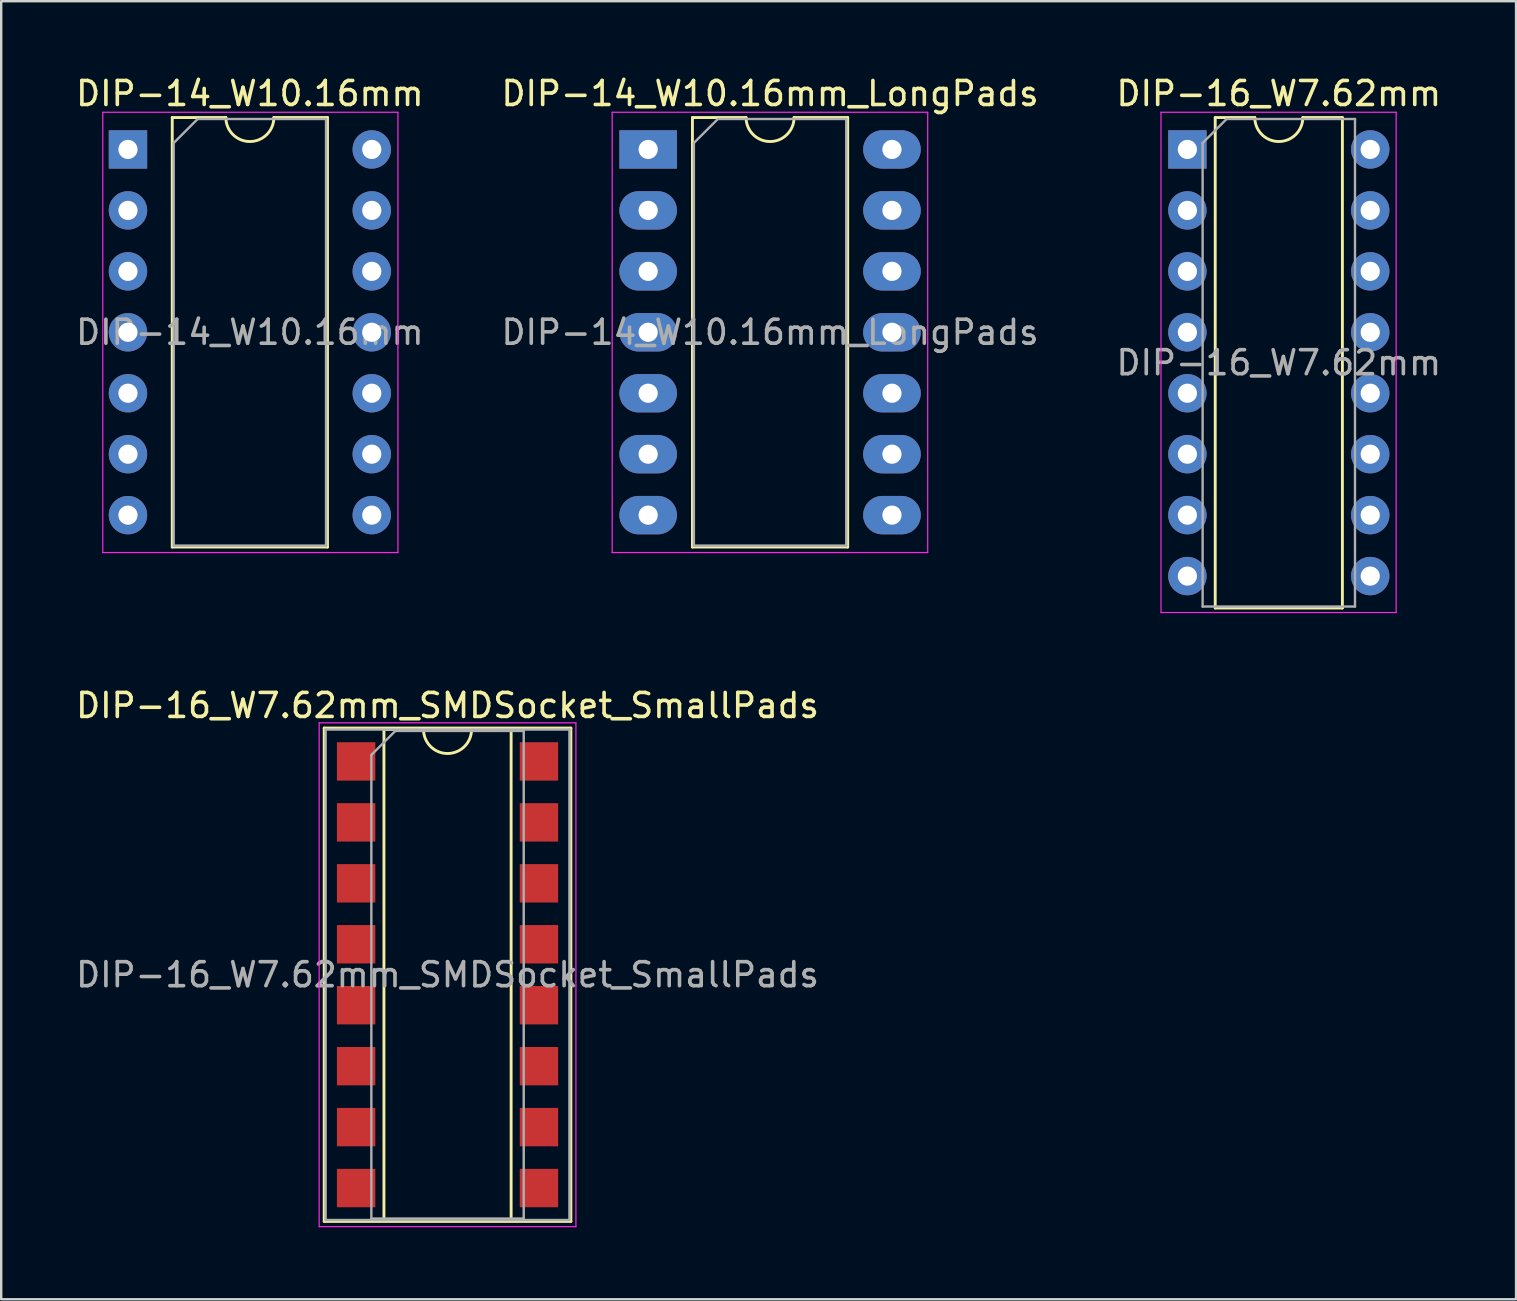
<source format=kicad_pcb>
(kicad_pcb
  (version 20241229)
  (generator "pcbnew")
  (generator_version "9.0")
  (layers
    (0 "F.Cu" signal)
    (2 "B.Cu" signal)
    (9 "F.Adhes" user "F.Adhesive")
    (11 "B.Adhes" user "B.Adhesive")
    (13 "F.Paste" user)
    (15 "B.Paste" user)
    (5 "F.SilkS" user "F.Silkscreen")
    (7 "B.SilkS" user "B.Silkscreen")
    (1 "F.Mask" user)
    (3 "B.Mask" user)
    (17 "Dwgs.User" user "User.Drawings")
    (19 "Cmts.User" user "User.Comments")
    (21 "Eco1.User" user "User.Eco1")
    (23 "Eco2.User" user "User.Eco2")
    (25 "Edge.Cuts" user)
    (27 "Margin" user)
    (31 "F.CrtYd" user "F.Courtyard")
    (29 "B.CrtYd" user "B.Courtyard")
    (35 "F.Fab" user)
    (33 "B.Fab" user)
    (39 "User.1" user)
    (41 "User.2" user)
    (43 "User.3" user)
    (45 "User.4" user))
  (footprint "DIP-16_W7.62mm"
    (layer "F.Cu")
    (at 46.434 3.178)
    (property "Reference" "DIP-16_W7.62mm" (at 3.81 -2.33 0) (layer "F.SilkS") (effects (font (size 1 1) (thickness 0.15))))
    (attr through_hole)
    (fp_line (start 1.16 -1.33) (end 1.16 19.11) (stroke (width 0.12) (type solid)) (layer "F.SilkS"))
    (fp_line (start 1.16 19.11) (end 6.46 19.11) (stroke (width 0.12) (type solid)) (layer "F.SilkS"))
    (fp_line (start 2.81 -1.33) (end 1.16 -1.33) (stroke (width 0.12) (type solid)) (layer "F.SilkS"))
    (fp_line (start 6.46 -1.33) (end 4.81 -1.33) (stroke (width 0.12) (type solid)) (layer "F.SilkS"))
    (fp_line (start 6.46 19.11) (end 6.46 -1.33) (stroke (width 0.12) (type solid)) (layer "F.SilkS"))
    (fp_arc (start 4.81 -1.33) (mid 3.81 -0.33) (end 2.81 -1.33) (stroke (width 0.12) (type solid)) (layer "F.SilkS"))
    (fp_line (start -1.1 -1.55) (end -1.1 19.3) (stroke (width 0.05) (type solid)) (layer "F.CrtYd"))
    (fp_line (start -1.1 19.3) (end 8.7 19.3) (stroke (width 0.05) (type solid)) (layer "F.CrtYd"))
    (fp_line (start 8.7 -1.55) (end -1.1 -1.55) (stroke (width 0.05) (type solid)) (layer "F.CrtYd"))
    (fp_line (start 8.7 19.3) (end 8.7 -1.55) (stroke (width 0.05) (type solid)) (layer "F.CrtYd"))
    (fp_line (start 0.635 -0.27) (end 1.635 -1.27) (stroke (width 0.1) (type solid)) (layer "F.Fab"))
    (fp_line (start 0.635 19.05) (end 0.635 -0.27) (stroke (width 0.1) (type solid)) (layer "F.Fab"))
    (fp_line (start 1.635 -1.27) (end 6.985 -1.27) (stroke (width 0.1) (type solid)) (layer "F.Fab"))
    (fp_line (start 6.985 -1.27) (end 6.985 19.05) (stroke (width 0.1) (type solid)) (layer "F.Fab"))
    (fp_line (start 6.985 19.05) (end 0.635 19.05) (stroke (width 0.1) (type solid)) (layer "F.Fab"))
    (fp_text user "${REFERENCE}" (at 3.81 8.89 0) (layer "F.Fab") (effects (font (size 1 1) (thickness 0.15))))
    (pad "1" thru_hole rect (at 0 0) (size 1.6 1.6) (drill 0.8) (layers "*.Cu" "*.Mask"))
    (pad "2" thru_hole oval (at 0 2.54) (size 1.6 1.6) (drill 0.8) (layers "*.Cu" "*.Mask"))
    (pad "3" thru_hole oval (at 0 5.08) (size 1.6 1.6) (drill 0.8) (layers "*.Cu" "*.Mask"))
    (pad "4" thru_hole oval (at 0 7.62) (size 1.6 1.6) (drill 0.8) (layers "*.Cu" "*.Mask"))
    (pad "5" thru_hole oval (at 0 10.16) (size 1.6 1.6) (drill 0.8) (layers "*.Cu" "*.Mask"))
    (pad "6" thru_hole oval (at 0 12.7) (size 1.6 1.6) (drill 0.8) (layers "*.Cu" "*.Mask"))
    (pad "7" thru_hole oval (at 0 15.24) (size 1.6 1.6) (drill 0.8) (layers "*.Cu" "*.Mask"))
    (pad "8" thru_hole oval (at 0 17.78) (size 1.6 1.6) (drill 0.8) (layers "*.Cu" "*.Mask"))
    (pad "9" thru_hole oval (at 7.62 17.78) (size 1.6 1.6) (drill 0.8) (layers "*.Cu" "*.Mask"))
    (pad "10" thru_hole oval (at 7.62 15.24) (size 1.6 1.6) (drill 0.8) (layers "*.Cu" "*.Mask"))
    (pad "11" thru_hole oval (at 7.62 12.7) (size 1.6 1.6) (drill 0.8) (layers "*.Cu" "*.Mask"))
    (pad "12" thru_hole oval (at 7.62 10.16) (size 1.6 1.6) (drill 0.8) (layers "*.Cu" "*.Mask"))
    (pad "13" thru_hole oval (at 7.62 7.62) (size 1.6 1.6) (drill 0.8) (layers "*.Cu" "*.Mask"))
    (pad "14" thru_hole oval (at 7.62 5.08) (size 1.6 1.6) (drill 0.8) (layers "*.Cu" "*.Mask"))
    (pad "15" thru_hole oval (at 7.62 2.54) (size 1.6 1.6) (drill 0.8) (layers "*.Cu" "*.Mask"))
    (pad "16" thru_hole oval (at 7.62 0) (size 1.6 1.6) (drill 0.8) (layers "*.Cu" "*.Mask")))
  (footprint "DIP-14_W10.16mm"
    (layer "F.Cu")
    (at 2.283 3.178)
    (property "Reference" "DIP-14_W10.16mm" (at 5.08 -2.33 0) (layer "F.SilkS") (effects (font (size 1 1) (thickness 0.15))))
    (attr through_hole)
    (fp_line (start 1.845 -1.33) (end 1.845 16.57) (stroke (width 0.12) (type solid)) (layer "F.SilkS"))
    (fp_line (start 1.845 16.57) (end 8.315 16.57) (stroke (width 0.12) (type solid)) (layer "F.SilkS"))
    (fp_line (start 4.08 -1.33) (end 1.845 -1.33) (stroke (width 0.12) (type solid)) (layer "F.SilkS"))
    (fp_line (start 8.315 -1.33) (end 6.08 -1.33) (stroke (width 0.12) (type solid)) (layer "F.SilkS"))
    (fp_line (start 8.315 16.57) (end 8.315 -1.33) (stroke (width 0.12) (type solid)) (layer "F.SilkS"))
    (fp_arc (start 6.08 -1.33) (mid 5.08 -0.33) (end 4.08 -1.33) (stroke (width 0.12) (type solid)) (layer "F.SilkS"))
    (fp_line (start -1.05 -1.55) (end -1.05 16.8) (stroke (width 0.05) (type solid)) (layer "F.CrtYd"))
    (fp_line (start -1.05 16.8) (end 11.25 16.8) (stroke (width 0.05) (type solid)) (layer "F.CrtYd"))
    (fp_line (start 11.25 -1.55) (end -1.05 -1.55) (stroke (width 0.05) (type solid)) (layer "F.CrtYd"))
    (fp_line (start 11.25 16.8) (end 11.25 -1.55) (stroke (width 0.05) (type solid)) (layer "F.CrtYd"))
    (fp_line (start 1.905 -0.27) (end 2.905 -1.27) (stroke (width 0.1) (type solid)) (layer "F.Fab"))
    (fp_line (start 1.905 16.51) (end 1.905 -0.27) (stroke (width 0.1) (type solid)) (layer "F.Fab"))
    (fp_line (start 2.905 -1.27) (end 8.255 -1.27) (stroke (width 0.1) (type solid)) (layer "F.Fab"))
    (fp_line (start 8.255 -1.27) (end 8.255 16.51) (stroke (width 0.1) (type solid)) (layer "F.Fab"))
    (fp_line (start 8.255 16.51) (end 1.905 16.51) (stroke (width 0.1) (type solid)) (layer "F.Fab"))
    (fp_text user "${REFERENCE}" (at 5.08 7.62 0) (layer "F.Fab") (effects (font (size 1 1) (thickness 0.15))))
    (pad "1" thru_hole rect (at 0 0) (size 1.6 1.6) (drill 0.8) (layers "*.Cu" "*.Mask"))
    (pad "2" thru_hole oval (at 0 2.54) (size 1.6 1.6) (drill 0.8) (layers "*.Cu" "*.Mask"))
    (pad "3" thru_hole oval (at 0 5.08) (size 1.6 1.6) (drill 0.8) (layers "*.Cu" "*.Mask"))
    (pad "4" thru_hole oval (at 0 7.62) (size 1.6 1.6) (drill 0.8) (layers "*.Cu" "*.Mask"))
    (pad "5" thru_hole oval (at 0 10.16) (size 1.6 1.6) (drill 0.8) (layers "*.Cu" "*.Mask"))
    (pad "6" thru_hole oval (at 0 12.7) (size 1.6 1.6) (drill 0.8) (layers "*.Cu" "*.Mask"))
    (pad "7" thru_hole oval (at 0 15.24) (size 1.6 1.6) (drill 0.8) (layers "*.Cu" "*.Mask"))
    (pad "8" thru_hole oval (at 10.16 15.24) (size 1.6 1.6) (drill 0.8) (layers "*.Cu" "*.Mask"))
    (pad "9" thru_hole oval (at 10.16 12.7) (size 1.6 1.6) (drill 0.8) (layers "*.Cu" "*.Mask"))
    (pad "10" thru_hole oval (at 10.16 10.16) (size 1.6 1.6) (drill 0.8) (layers "*.Cu" "*.Mask"))
    (pad "11" thru_hole oval (at 10.16 7.62) (size 1.6 1.6) (drill 0.8) (layers "*.Cu" "*.Mask"))
    (pad "12" thru_hole oval (at 10.16 5.08) (size 1.6 1.6) (drill 0.8) (layers "*.Cu" "*.Mask"))
    (pad "13" thru_hole oval (at 10.16 2.54) (size 1.6 1.6) (drill 0.8) (layers "*.Cu" "*.Mask"))
    (pad "14" thru_hole oval (at 10.16 0) (size 1.6 1.6) (drill 0.8) (layers "*.Cu" "*.Mask")))
  (footprint "DIP-14_W10.16mm_LongPads"
    (layer "F.Cu")
    (at 23.962 3.178)
    (property "Reference" "DIP-14_W10.16mm_LongPads" (at 5.08 -2.33 0) (layer "F.SilkS") (effects (font (size 1 1) (thickness 0.15))))
    (attr through_hole)
    (fp_line (start 1.845 -1.33) (end 1.845 16.57) (stroke (width 0.12) (type solid)) (layer "F.SilkS"))
    (fp_line (start 1.845 16.57) (end 8.315 16.57) (stroke (width 0.12) (type solid)) (layer "F.SilkS"))
    (fp_line (start 4.08 -1.33) (end 1.845 -1.33) (stroke (width 0.12) (type solid)) (layer "F.SilkS"))
    (fp_line (start 8.315 -1.33) (end 6.08 -1.33) (stroke (width 0.12) (type solid)) (layer "F.SilkS"))
    (fp_line (start 8.315 16.57) (end 8.315 -1.33) (stroke (width 0.12) (type solid)) (layer "F.SilkS"))
    (fp_arc (start 6.08 -1.33) (mid 5.08 -0.33) (end 4.08 -1.33) (stroke (width 0.12) (type solid)) (layer "F.SilkS"))
    (fp_line (start -1.5 -1.55) (end -1.5 16.8) (stroke (width 0.05) (type solid)) (layer "F.CrtYd"))
    (fp_line (start -1.5 16.8) (end 11.65 16.8) (stroke (width 0.05) (type solid)) (layer "F.CrtYd"))
    (fp_line (start 11.65 -1.55) (end -1.5 -1.55) (stroke (width 0.05) (type solid)) (layer "F.CrtYd"))
    (fp_line (start 11.65 16.8) (end 11.65 -1.55) (stroke (width 0.05) (type solid)) (layer "F.CrtYd"))
    (fp_line (start 1.905 -0.27) (end 2.905 -1.27) (stroke (width 0.1) (type solid)) (layer "F.Fab"))
    (fp_line (start 1.905 16.51) (end 1.905 -0.27) (stroke (width 0.1) (type solid)) (layer "F.Fab"))
    (fp_line (start 2.905 -1.27) (end 8.255 -1.27) (stroke (width 0.1) (type solid)) (layer "F.Fab"))
    (fp_line (start 8.255 -1.27) (end 8.255 16.51) (stroke (width 0.1) (type solid)) (layer "F.Fab"))
    (fp_line (start 8.255 16.51) (end 1.905 16.51) (stroke (width 0.1) (type solid)) (layer "F.Fab"))
    (fp_text user "${REFERENCE}" (at 5.08 7.62 0) (layer "F.Fab") (effects (font (size 1 1) (thickness 0.15))))
    (pad "1" thru_hole rect (at 0 0) (size 2.4 1.6) (drill 0.8) (layers "*.Cu" "*.Mask"))
    (pad "2" thru_hole oval (at 0 2.54) (size 2.4 1.6) (drill 0.8) (layers "*.Cu" "*.Mask"))
    (pad "3" thru_hole oval (at 0 5.08) (size 2.4 1.6) (drill 0.8) (layers "*.Cu" "*.Mask"))
    (pad "4" thru_hole oval (at 0 7.62) (size 2.4 1.6) (drill 0.8) (layers "*.Cu" "*.Mask"))
    (pad "5" thru_hole oval (at 0 10.16) (size 2.4 1.6) (drill 0.8) (layers "*.Cu" "*.Mask"))
    (pad "6" thru_hole oval (at 0 12.7) (size 2.4 1.6) (drill 0.8) (layers "*.Cu" "*.Mask"))
    (pad "7" thru_hole oval (at 0 15.24) (size 2.4 1.6) (drill 0.8) (layers "*.Cu" "*.Mask"))
    (pad "8" thru_hole oval (at 10.16 15.24) (size 2.4 1.6) (drill 0.8) (layers "*.Cu" "*.Mask"))
    (pad "9" thru_hole oval (at 10.16 12.7) (size 2.4 1.6) (drill 0.8) (layers "*.Cu" "*.Mask"))
    (pad "10" thru_hole oval (at 10.16 10.16) (size 2.4 1.6) (drill 0.8) (layers "*.Cu" "*.Mask"))
    (pad "11" thru_hole oval (at 10.16 7.62) (size 2.4 1.6) (drill 0.8) (layers "*.Cu" "*.Mask"))
    (pad "12" thru_hole oval (at 10.16 5.08) (size 2.4 1.6) (drill 0.8) (layers "*.Cu" "*.Mask"))
    (pad "13" thru_hole oval (at 10.16 2.54) (size 2.4 1.6) (drill 0.8) (layers "*.Cu" "*.Mask"))
    (pad "14" thru_hole oval (at 10.16 0) (size 2.4 1.6) (drill 0.8) (layers "*.Cu" "*.Mask")))
  (footprint "DIP-16_W7.62mm_SMDSocket_SmallPads"
    (layer "F.Cu")
    (at 15.601 37.572)
    (property "Reference" "DIP-16_W7.62mm_SMDSocket_SmallPads" (at 0 -11.22 0) (layer "F.SilkS") (effects (font (size 1 1) (thickness 0.15))))
    (attr smd)
    (fp_line (start -5.14 -10.28) (end -5.14 10.28) (stroke (width 0.12) (type solid)) (layer "F.SilkS"))
    (fp_line (start -5.14 10.28) (end 5.14 10.28) (stroke (width 0.12) (type solid)) (layer "F.SilkS"))
    (fp_line (start -2.65 -10.22) (end -2.65 10.22) (stroke (width 0.12) (type solid)) (layer "F.SilkS"))
    (fp_line (start -2.65 10.22) (end 2.65 10.22) (stroke (width 0.12) (type solid)) (layer "F.SilkS"))
    (fp_line (start -1 -10.22) (end -2.65 -10.22) (stroke (width 0.12) (type solid)) (layer "F.SilkS"))
    (fp_line (start 2.65 -10.22) (end 1 -10.22) (stroke (width 0.12) (type solid)) (layer "F.SilkS"))
    (fp_line (start 2.65 10.22) (end 2.65 -10.22) (stroke (width 0.12) (type solid)) (layer "F.SilkS"))
    (fp_line (start 5.14 -10.28) (end -5.14 -10.28) (stroke (width 0.12) (type solid)) (layer "F.SilkS"))
    (fp_line (start 5.14 10.28) (end 5.14 -10.28) (stroke (width 0.12) (type solid)) (layer "F.SilkS"))
    (fp_arc (start 1 -10.22) (mid 0 -9.22) (end -1 -10.22) (stroke (width 0.12) (type solid)) (layer "F.SilkS"))
    (fp_line (start -5.35 -10.5) (end -5.35 10.5) (stroke (width 0.05) (type solid)) (layer "F.CrtYd"))
    (fp_line (start -5.35 10.5) (end 5.35 10.5) (stroke (width 0.05) (type solid)) (layer "F.CrtYd"))
    (fp_line (start 5.35 -10.5) (end -5.35 -10.5) (stroke (width 0.05) (type solid)) (layer "F.CrtYd"))
    (fp_line (start 5.35 10.5) (end 5.35 -10.5) (stroke (width 0.05) (type solid)) (layer "F.CrtYd"))
    (fp_line (start -5.08 -10.22) (end -5.08 10.22) (stroke (width 0.1) (type solid)) (layer "F.Fab"))
    (fp_line (start -5.08 10.22) (end 5.08 10.22) (stroke (width 0.1) (type solid)) (layer "F.Fab"))
    (fp_line (start -3.175 -9.16) (end -2.175 -10.16) (stroke (width 0.1) (type solid)) (layer "F.Fab"))
    (fp_line (start -3.175 10.16) (end -3.175 -9.16) (stroke (width 0.1) (type solid)) (layer "F.Fab"))
    (fp_line (start -2.175 -10.16) (end 3.175 -10.16) (stroke (width 0.1) (type solid)) (layer "F.Fab"))
    (fp_line (start 3.175 -10.16) (end 3.175 10.16) (stroke (width 0.1) (type solid)) (layer "F.Fab"))
    (fp_line (start 3.175 10.16) (end -3.175 10.16) (stroke (width 0.1) (type solid)) (layer "F.Fab"))
    (fp_line (start 5.08 -10.22) (end -5.08 -10.22) (stroke (width 0.1) (type solid)) (layer "F.Fab"))
    (fp_line (start 5.08 10.22) (end 5.08 -10.22) (stroke (width 0.1) (type solid)) (layer "F.Fab"))
    (fp_text user "${REFERENCE}" (at 0 0 0) (layer "F.Fab") (effects (font (size 1 1) (thickness 0.15))))
    (pad "1" smd rect (at -3.81 -8.89) (size 1.6 1.6) (layers "F.Cu" "F.Mask" "F.Paste"))
    (pad "2" smd rect (at -3.81 -6.35) (size 1.6 1.6) (layers "F.Cu" "F.Mask" "F.Paste"))
    (pad "3" smd rect (at -3.81 -3.81) (size 1.6 1.6) (layers "F.Cu" "F.Mask" "F.Paste"))
    (pad "4" smd rect (at -3.81 -1.27) (size 1.6 1.6) (layers "F.Cu" "F.Mask" "F.Paste"))
    (pad "5" smd rect (at -3.81 1.27) (size 1.6 1.6) (layers "F.Cu" "F.Mask" "F.Paste"))
    (pad "6" smd rect (at -3.81 3.81) (size 1.6 1.6) (layers "F.Cu" "F.Mask" "F.Paste"))
    (pad "7" smd rect (at -3.81 6.35) (size 1.6 1.6) (layers "F.Cu" "F.Mask" "F.Paste"))
    (pad "8" smd rect (at -3.81 8.89) (size 1.6 1.6) (layers "F.Cu" "F.Mask" "F.Paste"))
    (pad "9" smd rect (at 3.81 8.89) (size 1.6 1.6) (layers "F.Cu" "F.Mask" "F.Paste"))
    (pad "10" smd rect (at 3.81 6.35) (size 1.6 1.6) (layers "F.Cu" "F.Mask" "F.Paste"))
    (pad "11" smd rect (at 3.81 3.81) (size 1.6 1.6) (layers "F.Cu" "F.Mask" "F.Paste"))
    (pad "12" smd rect (at 3.81 1.27) (size 1.6 1.6) (layers "F.Cu" "F.Mask" "F.Paste"))
    (pad "13" smd rect (at 3.81 -1.27) (size 1.6 1.6) (layers "F.Cu" "F.Mask" "F.Paste"))
    (pad "14" smd rect (at 3.81 -3.81) (size 1.6 1.6) (layers "F.Cu" "F.Mask" "F.Paste"))
    (pad "15" smd rect (at 3.81 -6.35) (size 1.6 1.6) (layers "F.Cu" "F.Mask" "F.Paste"))
    (pad "16" smd rect (at 3.81 -8.89) (size 1.6 1.6) (layers "F.Cu" "F.Mask" "F.Paste")))
  (gr_rect
    (start -3 -3)
    (end 60.131 51.096)
    (stroke (width 0.1) (type default))
    (fill no)
    (layer "Edge.Cuts")))
</source>
